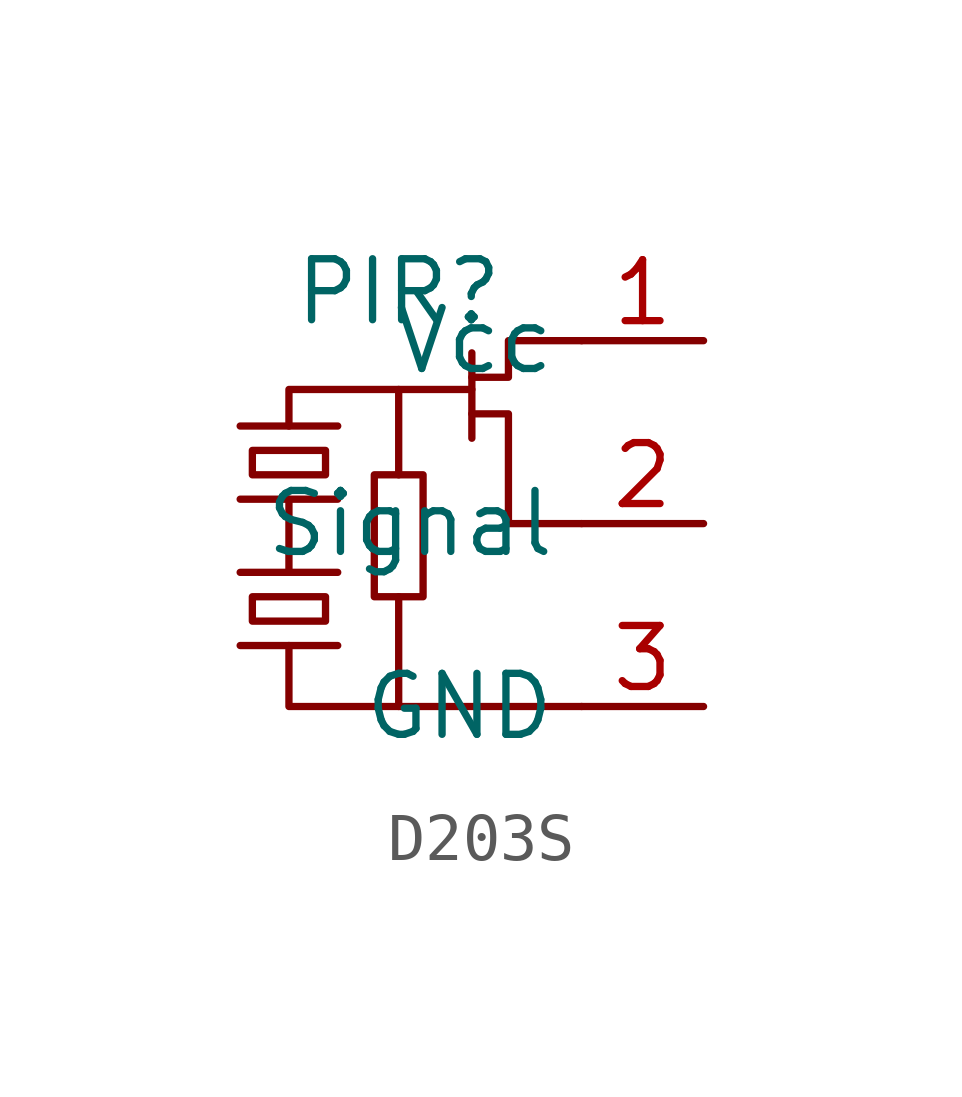
<source format=kicad_sym>
(kicad_symbol_lib
  (version 20231120)
  (generator "kicad_symbol_editor")
  (generator_version "8.0")
  (symbol "D203S"
    (property "Reference" "PIR"
      (at 0 -0.254 0)
      (effects (font (size 1.27 1.27))))
    (property "Value" ""
      (at 0 -0.254 0)
      (effects (font (size 1.27 1.27))))
    (symbol "D203S_0_1"
      (rectangle (start -3.048 -6.604) (end -1.524 -7.112) (stroke (width 0) (type default)) (fill (type none)))
      (rectangle (start -3.048 -3.556) (end -1.524 -4.064) (stroke (width 0) (type default)) (fill (type none)))
      (polyline (pts (xy -3.302 -7.62) (xy -1.27 -7.62)) (stroke (width 0) (type default)) (fill (type none)))
      (polyline (pts (xy -3.302 -6.096) (xy -1.27 -6.096)) (stroke (width 0) (type default)) (fill (type none)))
      (polyline (pts (xy -3.302 -4.572) (xy -1.27 -4.572)) (stroke (width 0) (type default)) (fill (type none)))
      (polyline (pts (xy -3.302 -3.048) (xy -1.27 -3.048)) (stroke (width 0) (type default)) (fill (type none)))
      (polyline (pts (xy -2.286 -4.572) (xy -2.286 -6.096)) (stroke (width 0) (type default)) (fill (type none)))
      (polyline (pts (xy 0 -8.89) (xy 3.81 -8.89)) (stroke (width 0) (type default)) (fill (type none)))
      (polyline (pts (xy 0 -2.286) (xy 1.524 -2.286)) (stroke (width 0) (type default)) (fill (type none)))
      (polyline (pts (xy 1.524 -1.524) (xy 1.524 -3.302)) (stroke (width 0) (type default)) (fill (type none)))
      (polyline (pts (xy -2.286 -7.62) (xy -2.286 -8.89) (xy 0 -8.89) (xy 0 -6.604)) (stroke (width 0) (type default)) (fill (type none)))
      (polyline (pts (xy -2.286 -3.048) (xy -2.286 -2.286) (xy 0 -2.286) (xy 0 -4.064)) (stroke (width 0) (type default)) (fill (type none)))
      (polyline (pts (xy 1.524 -2.794) (xy 2.286 -2.794) (xy 2.286 -5.08) (xy 3.81 -5.08)) (stroke (width 0) (type default)) (fill (type none)))
      (polyline (pts (xy 1.524 -2.032) (xy 2.286 -2.032) (xy 2.286 -1.27) (xy 3.81 -1.27)) (stroke (width 0) (type default)) (fill (type none)))
      (polyline (pts (xy -0.508 -4.064) (xy 0.508 -4.064) (xy 0.508 -6.604) (xy -0.508 -6.604) (xy -0.508 -4.064)) (stroke (width 0) (type default)) (fill (type none))))
    (symbol "D203S_1_1"
      (pin power_in line (at 6.35 -1.27 180) (length 2.54) (name "Vcc" (effects (font (size 1.27 1.27)))) (number "1" (effects (font (size 1.27 1.27)))))
      (pin output line (at 6.35 -5.08 180) (length 2.54) (name "Signal" (effects (font (size 1.27 1.27)))) (number "2" (effects (font (size 1.27 1.27)))))
      (pin power_in line (at 6.35 -8.89 180) (length 2.54) (name "GND" (effects (font (size 1.27 1.27)))) (number "3" (effects (font (size 1.27 1.27))))))))
</source>
